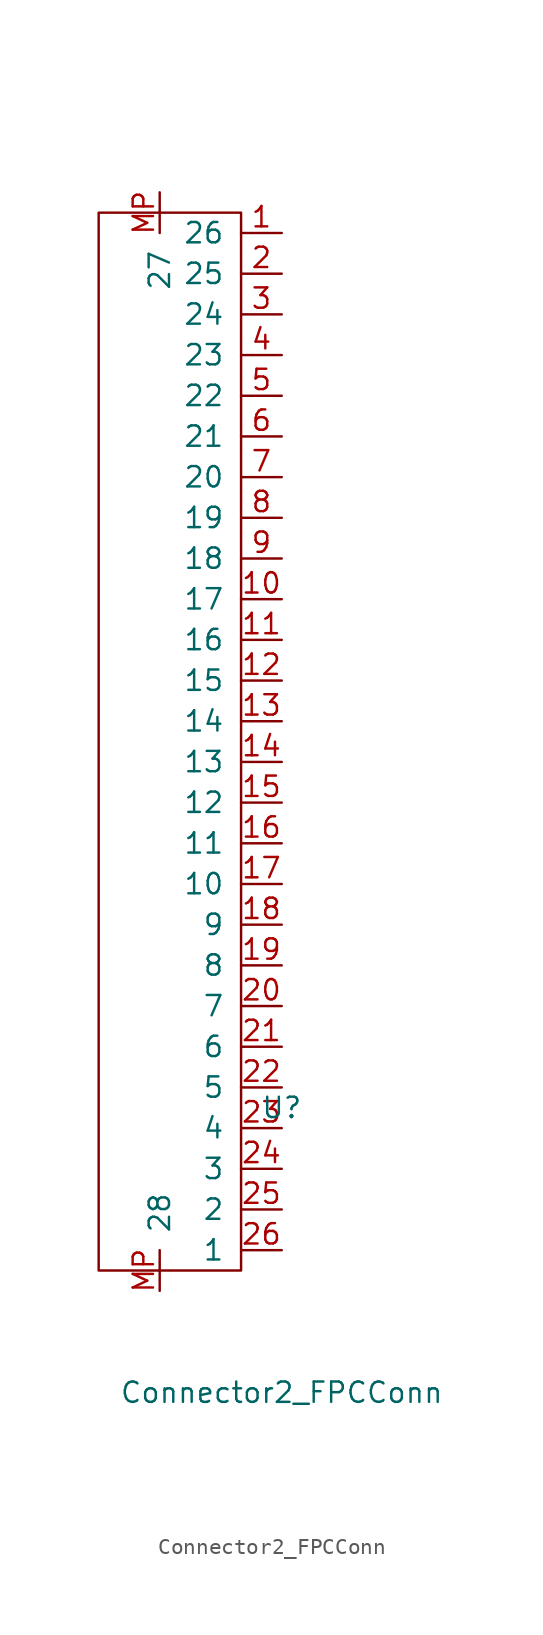
<source format=kicad_sym>
(kicad_symbol_lib
  (version 20211014)
  (generator kicad_symbol_editor)
  (symbol "Connector2_FPCConn"
    (pin_names
      (offset 1.016))
    (property "Reference" "U"
      (at 0 0 0)
      (effects (font (size 1.27 1.27))))
    (property "Value" "Connector2_FPCConn"
      (at 0 -17.78 0)
      (effects (font (size 1.27 1.27))))
    (symbol "Connector2_FPCConn_0_1"
      (rectangle (start -2.54 55.88) (end -11.43 -10.16) (stroke (width 0) (type default) (color 0 0 0 0)) (fill (type none))))
    (symbol "Connector2_FPCConn_1_1"
      (pin input line (at 0 54.61 180) (length 2.54) (name "26" (effects (font (size 1.27 1.27)))) (number "1" (effects (font (size 1.27 1.27)))))
      (pin input line (at 0 31.75 180) (length 2.54) (name "17" (effects (font (size 1.27 1.27)))) (number "10" (effects (font (size 1.27 1.27)))))
      (pin input line (at 0 29.21 180) (length 2.54) (name "16" (effects (font (size 1.27 1.27)))) (number "11" (effects (font (size 1.27 1.27)))))
      (pin input line (at 0 26.67 180) (length 2.54) (name "15" (effects (font (size 1.27 1.27)))) (number "12" (effects (font (size 1.27 1.27)))))
      (pin input line (at 0 24.13 180) (length 2.54) (name "14" (effects (font (size 1.27 1.27)))) (number "13" (effects (font (size 1.27 1.27)))))
      (pin input line (at 0 21.59 180) (length 2.54) (name "13" (effects (font (size 1.27 1.27)))) (number "14" (effects (font (size 1.27 1.27)))))
      (pin input line (at 0 19.05 180) (length 2.54) (name "12" (effects (font (size 1.27 1.27)))) (number "15" (effects (font (size 1.27 1.27)))))
      (pin input line (at 0 16.51 180) (length 2.54) (name "11" (effects (font (size 1.27 1.27)))) (number "16" (effects (font (size 1.27 1.27)))))
      (pin input line (at 0 13.97 180) (length 2.54) (name "10" (effects (font (size 1.27 1.27)))) (number "17" (effects (font (size 1.27 1.27)))))
      (pin input line (at 0 11.43 180) (length 2.54) (name "9" (effects (font (size 1.27 1.27)))) (number "18" (effects (font (size 1.27 1.27)))))
      (pin input line (at 0 8.89 180) (length 2.54) (name "8" (effects (font (size 1.27 1.27)))) (number "19" (effects (font (size 1.27 1.27)))))
      (pin input line (at 0 52.07 180) (length 2.54) (name "25" (effects (font (size 1.27 1.27)))) (number "2" (effects (font (size 1.27 1.27)))))
      (pin input line (at 0 6.35 180) (length 2.54) (name "7" (effects (font (size 1.27 1.27)))) (number "20" (effects (font (size 1.27 1.27)))))
      (pin input line (at 0 3.81 180) (length 2.54) (name "6" (effects (font (size 1.27 1.27)))) (number "21" (effects (font (size 1.27 1.27)))))
      (pin input line (at 0 1.27 180) (length 2.54) (name "5" (effects (font (size 1.27 1.27)))) (number "22" (effects (font (size 1.27 1.27)))))
      (pin input line (at 0 -1.27 180) (length 2.54) (name "4" (effects (font (size 1.27 1.27)))) (number "23" (effects (font (size 1.27 1.27)))))
      (pin input line (at 0 -3.81 180) (length 2.54) (name "3" (effects (font (size 1.27 1.27)))) (number "24" (effects (font (size 1.27 1.27)))))
      (pin input line (at 0 -6.35 180) (length 2.54) (name "2" (effects (font (size 1.27 1.27)))) (number "25" (effects (font (size 1.27 1.27)))))
      (pin input line (at 0 -8.89 180) (length 2.54) (name "1" (effects (font (size 1.27 1.27)))) (number "26" (effects (font (size 1.27 1.27)))))
      (pin input line (at 0 49.53 180) (length 2.54) (name "24" (effects (font (size 1.27 1.27)))) (number "3" (effects (font (size 1.27 1.27)))))
      (pin input line (at 0 46.99 180) (length 2.54) (name "23" (effects (font (size 1.27 1.27)))) (number "4" (effects (font (size 1.27 1.27)))))
      (pin input line (at 0 44.45 180) (length 2.54) (name "22" (effects (font (size 1.27 1.27)))) (number "5" (effects (font (size 1.27 1.27)))))
      (pin input line (at 0 41.91 180) (length 2.54) (name "21" (effects (font (size 1.27 1.27)))) (number "6" (effects (font (size 1.27 1.27)))))
      (pin input line (at 0 39.37 180) (length 2.54) (name "20" (effects (font (size 1.27 1.27)))) (number "7" (effects (font (size 1.27 1.27)))))
      (pin input line (at 0 36.83 180) (length 2.54) (name "19" (effects (font (size 1.27 1.27)))) (number "8" (effects (font (size 1.27 1.27)))))
      (pin input line (at 0 34.29 180) (length 2.54) (name "18" (effects (font (size 1.27 1.27)))) (number "9" (effects (font (size 1.27 1.27)))))
      (pin bidirectional line (at -7.62 57.15 270) (length 2.54) (name "27" (effects (font (size 1.27 1.27)))) (number "MP" (effects (font (size 1.27 1.27)))))
      (pin bidirectional line (at -7.62 -11.43 90) (length 2.54) (name "28" (effects (font (size 1.27 1.27)))) (number "MP" (effects (font (size 1.27 1.27))))))))
</source>
